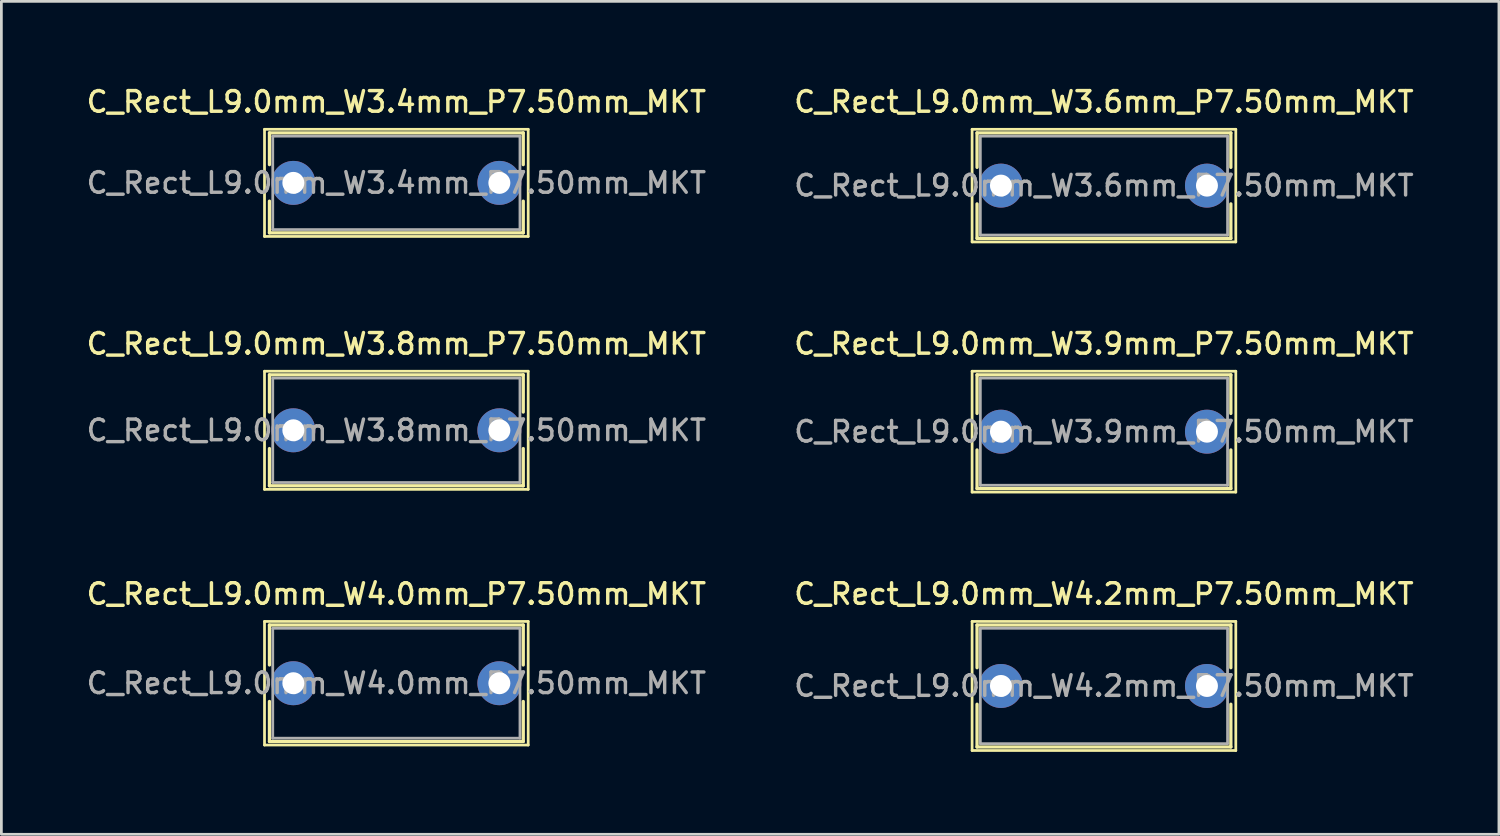
<source format=kicad_pcb>
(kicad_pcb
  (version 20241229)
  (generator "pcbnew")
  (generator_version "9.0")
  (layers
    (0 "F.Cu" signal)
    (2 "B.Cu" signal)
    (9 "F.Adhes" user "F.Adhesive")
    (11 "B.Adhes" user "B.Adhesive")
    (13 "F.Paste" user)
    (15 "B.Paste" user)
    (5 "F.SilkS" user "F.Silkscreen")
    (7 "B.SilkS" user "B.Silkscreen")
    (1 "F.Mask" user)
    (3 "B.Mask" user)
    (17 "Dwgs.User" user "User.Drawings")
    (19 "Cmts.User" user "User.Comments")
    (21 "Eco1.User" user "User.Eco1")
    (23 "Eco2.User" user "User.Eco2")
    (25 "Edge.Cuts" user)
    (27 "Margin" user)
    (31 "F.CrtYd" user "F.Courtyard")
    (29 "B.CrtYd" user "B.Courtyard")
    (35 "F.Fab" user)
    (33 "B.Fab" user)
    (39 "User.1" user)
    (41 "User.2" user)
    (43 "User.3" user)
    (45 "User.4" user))
  (footprint "C_Rect_L9.0mm_W3.8mm_P7.50mm_MKT"
    (layer "F.Cu")
    (at 7.63 12.616)
    (property "Reference" "C_Rect_L9.0mm_W3.8mm_P7.50mm_MKT" (at 3.75 -3.15 0) (layer "F.SilkS") (effects (font (size 0.75 0.75) (thickness 0.125))))
    (attr through_hole)
    (fp_line (start -1.05 -2.15) (end -1.05 2.15) (stroke (width 0.1) (type solid)) (layer "F.SilkS"))
    (fp_line (start -1.05 2.15) (end 8.55 2.15) (stroke (width 0.1) (type solid)) (layer "F.SilkS"))
    (fp_line (start -0.87 -2.02) (end -0.87 -0.665) (stroke (width 0.12) (type solid)) (layer "F.SilkS"))
    (fp_line (start -0.87 -2.02) (end 8.37 -2.02) (stroke (width 0.12) (type solid)) (layer "F.SilkS"))
    (fp_line (start -0.87 0.665) (end -0.87 2.02) (stroke (width 0.12) (type solid)) (layer "F.SilkS"))
    (fp_line (start -0.87 2.02) (end 8.37 2.02) (stroke (width 0.12) (type solid)) (layer "F.SilkS"))
    (fp_line (start 8.37 -2.02) (end 8.37 -0.665) (stroke (width 0.12) (type solid)) (layer "F.SilkS"))
    (fp_line (start 8.37 0.665) (end 8.37 2.02) (stroke (width 0.12) (type solid)) (layer "F.SilkS"))
    (fp_line (start 8.55 -2.15) (end -1.05 -2.15) (stroke (width 0.1) (type solid)) (layer "F.SilkS"))
    (fp_line (start 8.55 2.15) (end 8.55 -2.15) (stroke (width 0.1) (type solid)) (layer "F.SilkS"))
    (fp_line (start -0.75 -1.9) (end -0.75 1.9) (stroke (width 0.1) (type solid)) (layer "F.Fab"))
    (fp_line (start -0.75 1.9) (end 8.25 1.9) (stroke (width 0.1) (type solid)) (layer "F.Fab"))
    (fp_line (start 8.25 -1.9) (end -0.75 -1.9) (stroke (width 0.1) (type solid)) (layer "F.Fab"))
    (fp_line (start 8.25 1.9) (end 8.25 -1.9) (stroke (width 0.1) (type solid)) (layer "F.Fab"))
    (fp_text user "${REFERENCE}" (at 3.75 0 0) (layer "F.Fab") (effects (font (size 0.75 0.75) (thickness 0.125))))
    (pad "1" thru_hole circle (at 0 0) (size 1.6 1.6) (drill 0.8) (layers "*.Cu" "*.Mask"))
    (pad "2" thru_hole circle (at 7.5 0) (size 1.6 1.6) (drill 0.8) (layers "*.Cu" "*.Mask")))
  (footprint "C_Rect_L9.0mm_W3.9mm_P7.50mm_MKT"
    (layer "F.Cu")
    (at 33.391 12.666)
    (property "Reference" "C_Rect_L9.0mm_W3.9mm_P7.50mm_MKT" (at 3.75 -3.2 0) (layer "F.SilkS") (effects (font (size 0.75 0.75) (thickness 0.125))))
    (attr through_hole)
    (fp_line (start -1.05 -2.2) (end -1.05 2.2) (stroke (width 0.1) (type solid)) (layer "F.SilkS"))
    (fp_line (start -1.05 2.2) (end 8.55 2.2) (stroke (width 0.1) (type solid)) (layer "F.SilkS"))
    (fp_line (start -0.87 -2.07) (end -0.87 -0.665) (stroke (width 0.12) (type solid)) (layer "F.SilkS"))
    (fp_line (start -0.87 -2.07) (end 8.37 -2.07) (stroke (width 0.12) (type solid)) (layer "F.SilkS"))
    (fp_line (start -0.87 0.665) (end -0.87 2.07) (stroke (width 0.12) (type solid)) (layer "F.SilkS"))
    (fp_line (start -0.87 2.07) (end 8.37 2.07) (stroke (width 0.12) (type solid)) (layer "F.SilkS"))
    (fp_line (start 8.37 -2.07) (end 8.37 -0.665) (stroke (width 0.12) (type solid)) (layer "F.SilkS"))
    (fp_line (start 8.37 0.665) (end 8.37 2.07) (stroke (width 0.12) (type solid)) (layer "F.SilkS"))
    (fp_line (start 8.55 -2.2) (end -1.05 -2.2) (stroke (width 0.1) (type solid)) (layer "F.SilkS"))
    (fp_line (start 8.55 2.2) (end 8.55 -2.2) (stroke (width 0.1) (type solid)) (layer "F.SilkS"))
    (fp_line (start -0.75 -1.95) (end -0.75 1.95) (stroke (width 0.1) (type solid)) (layer "F.Fab"))
    (fp_line (start -0.75 1.95) (end 8.25 1.95) (stroke (width 0.1) (type solid)) (layer "F.Fab"))
    (fp_line (start 8.25 -1.95) (end -0.75 -1.95) (stroke (width 0.1) (type solid)) (layer "F.Fab"))
    (fp_line (start 8.25 1.95) (end 8.25 -1.95) (stroke (width 0.1) (type solid)) (layer "F.Fab"))
    (fp_text user "${REFERENCE}" (at 3.75 0 0) (layer "F.Fab") (effects (font (size 0.75 0.75) (thickness 0.125))))
    (pad "1" thru_hole circle (at 0 0) (size 1.6 1.6) (drill 0.8) (layers "*.Cu" "*.Mask"))
    (pad "2" thru_hole circle (at 7.5 0) (size 1.6 1.6) (drill 0.8) (layers "*.Cu" "*.Mask")))
  (footprint "C_Rect_L9.0mm_W4.2mm_P7.50mm_MKT"
    (layer "F.Cu")
    (at 33.391 21.924)
    (property "Reference" "C_Rect_L9.0mm_W4.2mm_P7.50mm_MKT" (at 3.75 -3.35 0) (layer "F.SilkS") (effects (font (size 0.75 0.75) (thickness 0.125))))
    (attr through_hole)
    (fp_line (start -1.05 -2.35) (end -1.05 2.35) (stroke (width 0.1) (type solid)) (layer "F.SilkS"))
    (fp_line (start -1.05 2.35) (end 8.55 2.35) (stroke (width 0.1) (type solid)) (layer "F.SilkS"))
    (fp_line (start -0.87 -2.22) (end -0.87 -0.665) (stroke (width 0.12) (type solid)) (layer "F.SilkS"))
    (fp_line (start -0.87 -2.22) (end 8.37 -2.22) (stroke (width 0.12) (type solid)) (layer "F.SilkS"))
    (fp_line (start -0.87 0.665) (end -0.87 2.22) (stroke (width 0.12) (type solid)) (layer "F.SilkS"))
    (fp_line (start -0.87 2.22) (end 8.37 2.22) (stroke (width 0.12) (type solid)) (layer "F.SilkS"))
    (fp_line (start 8.37 -2.22) (end 8.37 -0.665) (stroke (width 0.12) (type solid)) (layer "F.SilkS"))
    (fp_line (start 8.37 0.665) (end 8.37 2.22) (stroke (width 0.12) (type solid)) (layer "F.SilkS"))
    (fp_line (start 8.55 -2.35) (end -1.05 -2.35) (stroke (width 0.1) (type solid)) (layer "F.SilkS"))
    (fp_line (start 8.55 2.35) (end 8.55 -2.35) (stroke (width 0.1) (type solid)) (layer "F.SilkS"))
    (fp_line (start -0.75 -2.1) (end -0.75 2.1) (stroke (width 0.1) (type solid)) (layer "F.Fab"))
    (fp_line (start -0.75 2.1) (end 8.25 2.1) (stroke (width 0.1) (type solid)) (layer "F.Fab"))
    (fp_line (start 8.25 -2.1) (end -0.75 -2.1) (stroke (width 0.1) (type solid)) (layer "F.Fab"))
    (fp_line (start 8.25 2.1) (end 8.25 -2.1) (stroke (width 0.1) (type solid)) (layer "F.Fab"))
    (fp_text user "${REFERENCE}" (at 3.75 0 0) (layer "F.Fab") (effects (font (size 0.75 0.75) (thickness 0.125))))
    (pad "1" thru_hole circle (at 0 0) (size 1.6 1.6) (drill 0.8) (layers "*.Cu" "*.Mask"))
    (pad "2" thru_hole circle (at 7.5 0) (size 1.6 1.6) (drill 0.8) (layers "*.Cu" "*.Mask")))
  (footprint "C_Rect_L9.0mm_W3.4mm_P7.50mm_MKT"
    (layer "F.Cu")
    (at 7.63 3.608)
    (property "Reference" "C_Rect_L9.0mm_W3.4mm_P7.50mm_MKT" (at 3.75 -2.95 0) (layer "F.SilkS") (effects (font (size 0.75 0.75) (thickness 0.125))))
    (attr through_hole)
    (fp_line (start -1.05 -1.95) (end -1.05 1.95) (stroke (width 0.1) (type solid)) (layer "F.SilkS"))
    (fp_line (start -1.05 1.95) (end 8.55 1.95) (stroke (width 0.1) (type solid)) (layer "F.SilkS"))
    (fp_line (start -0.87 -1.82) (end -0.87 -0.665) (stroke (width 0.12) (type solid)) (layer "F.SilkS"))
    (fp_line (start -0.87 -1.82) (end 8.37 -1.82) (stroke (width 0.12) (type solid)) (layer "F.SilkS"))
    (fp_line (start -0.87 0.665) (end -0.87 1.82) (stroke (width 0.12) (type solid)) (layer "F.SilkS"))
    (fp_line (start -0.87 1.82) (end 8.37 1.82) (stroke (width 0.12) (type solid)) (layer "F.SilkS"))
    (fp_line (start 8.37 -1.82) (end 8.37 -0.665) (stroke (width 0.12) (type solid)) (layer "F.SilkS"))
    (fp_line (start 8.37 0.665) (end 8.37 1.82) (stroke (width 0.12) (type solid)) (layer "F.SilkS"))
    (fp_line (start 8.55 -1.95) (end -1.05 -1.95) (stroke (width 0.1) (type solid)) (layer "F.SilkS"))
    (fp_line (start 8.55 1.95) (end 8.55 -1.95) (stroke (width 0.1) (type solid)) (layer "F.SilkS"))
    (fp_line (start -0.75 -1.7) (end -0.75 1.7) (stroke (width 0.1) (type solid)) (layer "F.Fab"))
    (fp_line (start -0.75 1.7) (end 8.25 1.7) (stroke (width 0.1) (type solid)) (layer "F.Fab"))
    (fp_line (start 8.25 -1.7) (end -0.75 -1.7) (stroke (width 0.1) (type solid)) (layer "F.Fab"))
    (fp_line (start 8.25 1.7) (end 8.25 -1.7) (stroke (width 0.1) (type solid)) (layer "F.Fab"))
    (fp_text user "${REFERENCE}" (at 3.75 0 0) (layer "F.Fab") (effects (font (size 0.75 0.75) (thickness 0.125))))
    (pad "1" thru_hole circle (at 0 0) (size 1.6 1.6) (drill 0.8) (layers "*.Cu" "*.Mask"))
    (pad "2" thru_hole circle (at 7.5 0) (size 1.6 1.6) (drill 0.8) (layers "*.Cu" "*.Mask")))
  (footprint "C_Rect_L9.0mm_W3.6mm_P7.50mm_MKT"
    (layer "F.Cu")
    (at 33.391 3.708)
    (property "Reference" "C_Rect_L9.0mm_W3.6mm_P7.50mm_MKT" (at 3.75 -3.05 0) (layer "F.SilkS") (effects (font (size 0.75 0.75) (thickness 0.125))))
    (attr through_hole)
    (fp_line (start -1.05 -2.05) (end -1.05 2.05) (stroke (width 0.1) (type solid)) (layer "F.SilkS"))
    (fp_line (start -1.05 2.05) (end 8.55 2.05) (stroke (width 0.1) (type solid)) (layer "F.SilkS"))
    (fp_line (start -0.87 -1.92) (end -0.87 -0.665) (stroke (width 0.12) (type solid)) (layer "F.SilkS"))
    (fp_line (start -0.87 -1.92) (end 8.37 -1.92) (stroke (width 0.12) (type solid)) (layer "F.SilkS"))
    (fp_line (start -0.87 0.665) (end -0.87 1.92) (stroke (width 0.12) (type solid)) (layer "F.SilkS"))
    (fp_line (start -0.87 1.92) (end 8.37 1.92) (stroke (width 0.12) (type solid)) (layer "F.SilkS"))
    (fp_line (start 8.37 -1.92) (end 8.37 -0.665) (stroke (width 0.12) (type solid)) (layer "F.SilkS"))
    (fp_line (start 8.37 0.665) (end 8.37 1.92) (stroke (width 0.12) (type solid)) (layer "F.SilkS"))
    (fp_line (start 8.55 -2.05) (end -1.05 -2.05) (stroke (width 0.1) (type solid)) (layer "F.SilkS"))
    (fp_line (start 8.55 2.05) (end 8.55 -2.05) (stroke (width 0.1) (type solid)) (layer "F.SilkS"))
    (fp_line (start -0.75 -1.8) (end -0.75 1.8) (stroke (width 0.1) (type solid)) (layer "F.Fab"))
    (fp_line (start -0.75 1.8) (end 8.25 1.8) (stroke (width 0.1) (type solid)) (layer "F.Fab"))
    (fp_line (start 8.25 -1.8) (end -0.75 -1.8) (stroke (width 0.1) (type solid)) (layer "F.Fab"))
    (fp_line (start 8.25 1.8) (end 8.25 -1.8) (stroke (width 0.1) (type solid)) (layer "F.Fab"))
    (fp_text user "${REFERENCE}" (at 3.75 0 0) (layer "F.Fab") (effects (font (size 0.75 0.75) (thickness 0.125))))
    (pad "1" thru_hole circle (at 0 0) (size 1.6 1.6) (drill 0.8) (layers "*.Cu" "*.Mask"))
    (pad "2" thru_hole circle (at 7.5 0) (size 1.6 1.6) (drill 0.8) (layers "*.Cu" "*.Mask")))
  (footprint "C_Rect_L9.0mm_W4.0mm_P7.50mm_MKT"
    (layer "F.Cu")
    (at 7.63 21.824)
    (property "Reference" "C_Rect_L9.0mm_W4.0mm_P7.50mm_MKT" (at 3.75 -3.25 0) (layer "F.SilkS") (effects (font (size 0.75 0.75) (thickness 0.125))))
    (attr through_hole)
    (fp_line (start -1.05 -2.25) (end -1.05 2.25) (stroke (width 0.1) (type solid)) (layer "F.SilkS"))
    (fp_line (start -1.05 2.25) (end 8.55 2.25) (stroke (width 0.1) (type solid)) (layer "F.SilkS"))
    (fp_line (start -0.87 -2.12) (end -0.87 -0.665) (stroke (width 0.12) (type solid)) (layer "F.SilkS"))
    (fp_line (start -0.87 -2.12) (end 8.37 -2.12) (stroke (width 0.12) (type solid)) (layer "F.SilkS"))
    (fp_line (start -0.87 0.665) (end -0.87 2.12) (stroke (width 0.12) (type solid)) (layer "F.SilkS"))
    (fp_line (start -0.87 2.12) (end 8.37 2.12) (stroke (width 0.12) (type solid)) (layer "F.SilkS"))
    (fp_line (start 8.37 -2.12) (end 8.37 -0.665) (stroke (width 0.12) (type solid)) (layer "F.SilkS"))
    (fp_line (start 8.37 0.665) (end 8.37 2.12) (stroke (width 0.12) (type solid)) (layer "F.SilkS"))
    (fp_line (start 8.55 -2.25) (end -1.05 -2.25) (stroke (width 0.1) (type solid)) (layer "F.SilkS"))
    (fp_line (start 8.55 2.25) (end 8.55 -2.25) (stroke (width 0.1) (type solid)) (layer "F.SilkS"))
    (fp_line (start -0.75 -2) (end -0.75 2) (stroke (width 0.1) (type solid)) (layer "F.Fab"))
    (fp_line (start -0.75 2) (end 8.25 2) (stroke (width 0.1) (type solid)) (layer "F.Fab"))
    (fp_line (start 8.25 -2) (end -0.75 -2) (stroke (width 0.1) (type solid)) (layer "F.Fab"))
    (fp_line (start 8.25 2) (end 8.25 -2) (stroke (width 0.1) (type solid)) (layer "F.Fab"))
    (fp_text user "${REFERENCE}" (at 3.75 0 0) (layer "F.Fab") (effects (font (size 0.75 0.75) (thickness 0.125))))
    (pad "1" thru_hole circle (at 0 0) (size 1.6 1.6) (drill 0.8) (layers "*.Cu" "*.Mask"))
    (pad "2" thru_hole circle (at 7.5 0) (size 1.6 1.6) (drill 0.8) (layers "*.Cu" "*.Mask")))
  (gr_rect
    (start -3 -3)
    (end 51.521 27.324)
    (stroke (width 0.1) (type default))
    (fill no)
    (layer "Edge.Cuts")))
</source>
